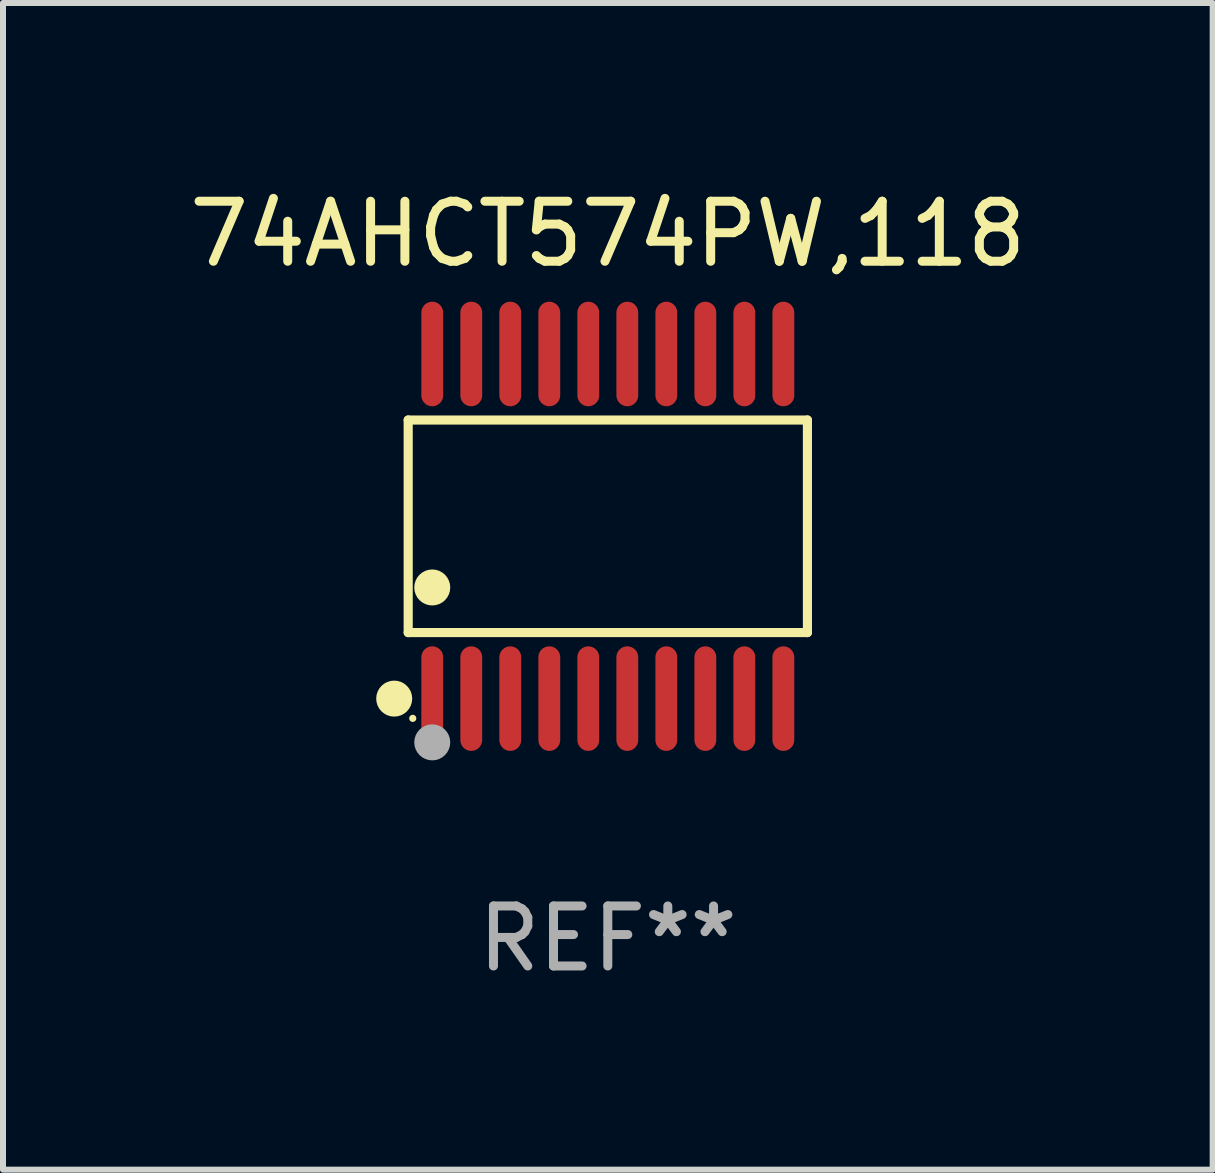
<source format=kicad_pcb>
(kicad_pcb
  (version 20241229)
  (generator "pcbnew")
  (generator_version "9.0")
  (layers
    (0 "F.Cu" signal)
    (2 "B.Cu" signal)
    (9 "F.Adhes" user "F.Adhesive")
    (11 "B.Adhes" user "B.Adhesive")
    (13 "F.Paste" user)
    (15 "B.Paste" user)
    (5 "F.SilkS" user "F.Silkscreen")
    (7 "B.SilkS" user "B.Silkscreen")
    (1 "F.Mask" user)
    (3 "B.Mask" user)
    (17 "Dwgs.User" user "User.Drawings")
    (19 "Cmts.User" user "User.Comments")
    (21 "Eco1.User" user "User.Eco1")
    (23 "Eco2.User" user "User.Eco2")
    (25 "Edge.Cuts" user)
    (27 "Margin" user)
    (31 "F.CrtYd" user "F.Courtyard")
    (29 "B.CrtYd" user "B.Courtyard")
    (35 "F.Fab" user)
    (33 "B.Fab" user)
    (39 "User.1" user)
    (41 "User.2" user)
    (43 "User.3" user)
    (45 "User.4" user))
  (footprint "74AHCT574PW,118"
    (layer "F.Cu")
    (at 7.077 5.719)
    (property "Reference" "74AHCT574PW,118" (at 0 -4.871 0) (layer "F.SilkS") (effects (font (size 1 1) (thickness 0.15))))
    (attr through_hole)
    (fp_line (start -3.326 -1.771) (end 3.326 -1.771) (stroke (width 0.152) (type solid)) (layer "F.SilkS"))
    (fp_line (start -3.326 1.771) (end -3.326 -1.771) (stroke (width 0.152) (type solid)) (layer "F.SilkS"))
    (fp_line (start 3.326 -1.771) (end 3.326 1.771) (stroke (width 0.152) (type solid)) (layer "F.SilkS"))
    (fp_line (start 3.326 1.771) (end -3.326 1.771) (stroke (width 0.152) (type solid)) (layer "F.SilkS"))
    (fp_circle (center -3.559 2.871) (end -3.409 2.871) (stroke (width 0.3) (type solid)) (fill no) (layer "F.SilkS"))
    (fp_circle (center -3.25 3.2) (end -3.22 3.2) (stroke (width 0.06) (type solid)) (fill no) (layer "F.SilkS"))
    (fp_circle (center -2.925 1.019) (end -2.775 1.019) (stroke (width 0.3) (type solid)) (fill no) (layer "F.SilkS"))
    (fp_circle (center -2.925 3.6) (end -2.775 3.6) (stroke (width 0.3) (type solid)) (fill no) (layer "F.Fab"))
    (fp_text user "REF**" (at 0 6.871 0) (layer "F.Fab") (effects (font (size 1 1) (thickness 0.15))))
    (pad "1" smd oval (at -2.925 2.871) (size 0.364 1.742) (layers "F.Cu" "F.Mask" "F.Paste"))
    (pad "2" smd oval (at -2.275 2.871) (size 0.364 1.742) (layers "F.Cu" "F.Mask" "F.Paste"))
    (pad "3" smd oval (at -1.625 2.871) (size 0.364 1.742) (layers "F.Cu" "F.Mask" "F.Paste"))
    (pad "4" smd oval (at -0.975 2.871) (size 0.364 1.742) (layers "F.Cu" "F.Mask" "F.Paste"))
    (pad "5" smd oval (at -0.325 2.871) (size 0.364 1.742) (layers "F.Cu" "F.Mask" "F.Paste"))
    (pad "6" smd oval (at 0.325 2.871) (size 0.364 1.742) (layers "F.Cu" "F.Mask" "F.Paste"))
    (pad "7" smd oval (at 0.975 2.871) (size 0.364 1.742) (layers "F.Cu" "F.Mask" "F.Paste"))
    (pad "8" smd oval (at 1.625 2.871) (size 0.364 1.742) (layers "F.Cu" "F.Mask" "F.Paste"))
    (pad "9" smd oval (at 2.275 2.871) (size 0.364 1.742) (layers "F.Cu" "F.Mask" "F.Paste"))
    (pad "10" smd oval (at 2.925 2.871) (size 0.364 1.742) (layers "F.Cu" "F.Mask" "F.Paste"))
    (pad "11" smd oval (at 2.925 -2.871) (size 0.364 1.742) (layers "F.Cu" "F.Mask" "F.Paste"))
    (pad "12" smd oval (at 2.275 -2.871) (size 0.364 1.742) (layers "F.Cu" "F.Mask" "F.Paste"))
    (pad "13" smd oval (at 1.625 -2.871) (size 0.364 1.742) (layers "F.Cu" "F.Mask" "F.Paste"))
    (pad "14" smd oval (at 0.975 -2.871) (size 0.364 1.742) (layers "F.Cu" "F.Mask" "F.Paste"))
    (pad "15" smd oval (at 0.325 -2.871) (size 0.364 1.742) (layers "F.Cu" "F.Mask" "F.Paste"))
    (pad "16" smd oval (at -0.325 -2.871) (size 0.364 1.742) (layers "F.Cu" "F.Mask" "F.Paste"))
    (pad "17" smd oval (at -0.975 -2.871) (size 0.364 1.742) (layers "F.Cu" "F.Mask" "F.Paste"))
    (pad "18" smd oval (at -1.625 -2.871) (size 0.364 1.742) (layers "F.Cu" "F.Mask" "F.Paste"))
    (pad "19" smd oval (at -2.275 -2.871) (size 0.364 1.742) (layers "F.Cu" "F.Mask" "F.Paste"))
    (pad "20" smd oval (at -2.925 -2.871) (size 0.364 1.742) (layers "F.Cu" "F.Mask" "F.Paste")))
  (gr_rect
    (start -3 -3)
    (end 17.155 16.438)
    (stroke (width 0.1) (type default))
    (fill no)
    (layer "Edge.Cuts")))
</source>
